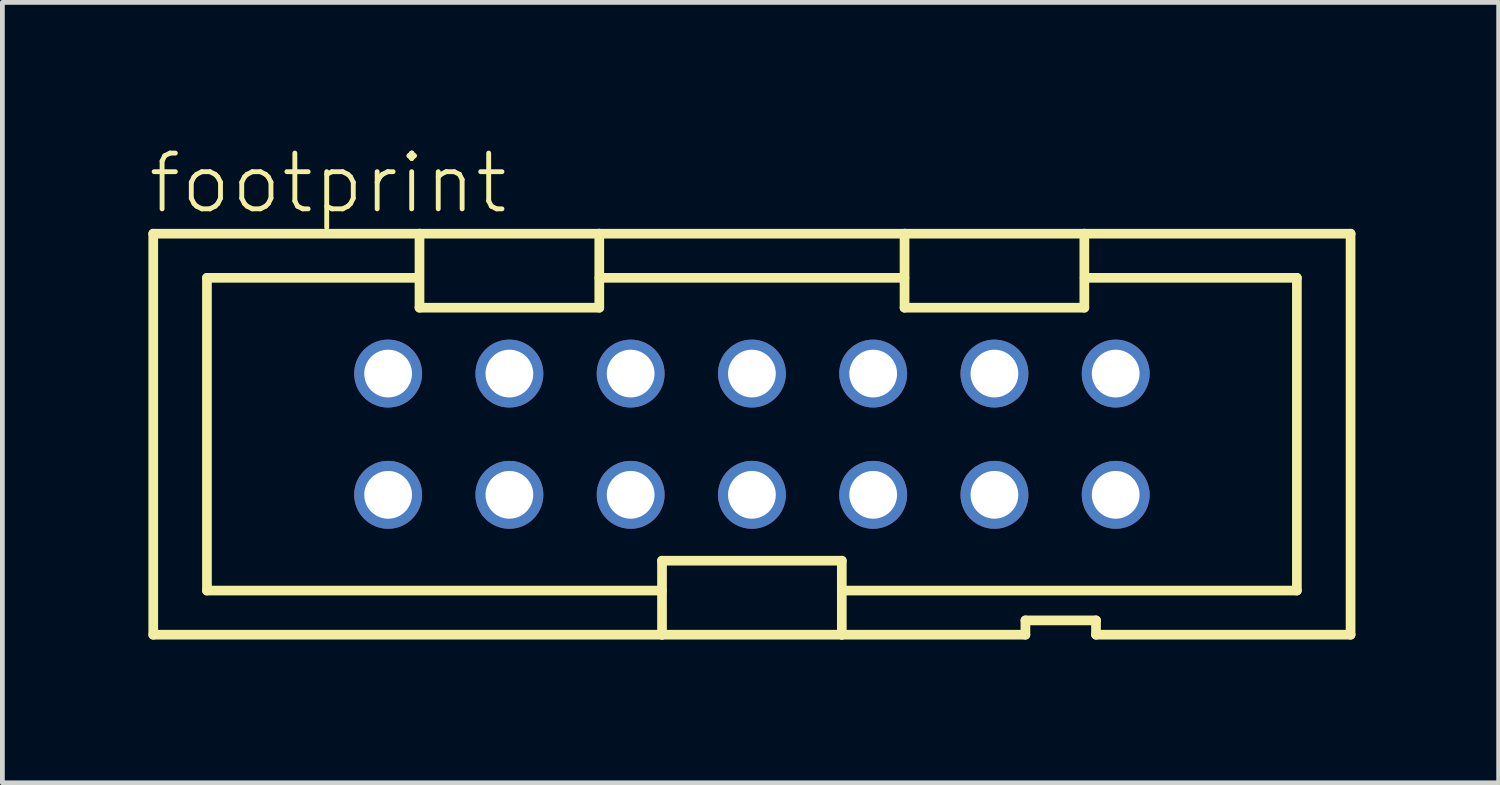
<source format=kicad_pcb>
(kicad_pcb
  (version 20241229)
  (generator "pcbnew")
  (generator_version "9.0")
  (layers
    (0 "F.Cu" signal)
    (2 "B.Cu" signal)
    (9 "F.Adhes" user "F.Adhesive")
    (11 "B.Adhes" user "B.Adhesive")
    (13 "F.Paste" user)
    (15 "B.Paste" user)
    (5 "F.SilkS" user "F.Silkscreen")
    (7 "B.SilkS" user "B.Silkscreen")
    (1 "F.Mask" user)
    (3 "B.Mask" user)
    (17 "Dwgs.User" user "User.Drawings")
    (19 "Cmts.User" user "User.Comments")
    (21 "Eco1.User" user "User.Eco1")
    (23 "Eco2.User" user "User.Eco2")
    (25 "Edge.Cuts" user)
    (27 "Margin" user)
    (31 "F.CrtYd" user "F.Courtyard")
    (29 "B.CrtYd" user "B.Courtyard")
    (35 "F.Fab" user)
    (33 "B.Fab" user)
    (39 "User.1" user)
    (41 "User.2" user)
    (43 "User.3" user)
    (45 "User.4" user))
  (footprint "footprint"
    (layer "F.Cu")
    (at 12.7 6.045)
    (property "Reference" "footprint" (at -12.7 -4.572 0) (layer "F.SilkS") (effects (font (size 1.168 1.168) (thickness 0.102)) (justify left bottom)))
    (fp_line (start -12.54 -4.2) (end -6.963 -4.2) (stroke (width 0.203) (type solid)) (layer "F.SilkS"))
    (fp_line (start -12.54 4.2) (end -12.54 -4.2) (stroke (width 0.203) (type solid)) (layer "F.SilkS"))
    (fp_line (start -11.415 -3.275) (end -6.97 -3.275) (stroke (width 0.203) (type solid)) (layer "F.SilkS"))
    (fp_line (start -11.415 3.275) (end -11.415 -3.275) (stroke (width 0.203) (type solid)) (layer "F.SilkS"))
    (fp_line (start -6.963 -4.2) (end -6.963 -2.65) (stroke (width 0.203) (type solid)) (layer "F.SilkS"))
    (fp_line (start -6.963 -4.2) (end -3.197 -4.2) (stroke (width 0.203) (type solid)) (layer "F.SilkS"))
    (fp_line (start -6.963 -2.65) (end -3.197 -2.65) (stroke (width 0.203) (type solid)) (layer "F.SilkS"))
    (fp_line (start -3.197 -4.2) (end 3.197 -4.2) (stroke (width 0.203) (type solid)) (layer "F.SilkS"))
    (fp_line (start -3.197 -2.65) (end -3.197 -4.2) (stroke (width 0.203) (type solid)) (layer "F.SilkS"))
    (fp_line (start -3.195 -3.275) (end 3.195 -3.275) (stroke (width 0.203) (type solid)) (layer "F.SilkS"))
    (fp_line (start -1.883 2.65) (end -1.883 4.2) (stroke (width 0.203) (type solid)) (layer "F.SilkS"))
    (fp_line (start -1.883 3.275) (end -11.415 3.275) (stroke (width 0.203) (type solid)) (layer "F.SilkS"))
    (fp_line (start -1.883 4.2) (end -12.54 4.2) (stroke (width 0.203) (type solid)) (layer "F.SilkS"))
    (fp_line (start 1.883 2.65) (end -1.883 2.65) (stroke (width 0.203) (type solid)) (layer "F.SilkS"))
    (fp_line (start 1.883 4.2) (end -1.883 4.2) (stroke (width 0.203) (type solid)) (layer "F.SilkS"))
    (fp_line (start 1.883 4.2) (end 1.883 2.65) (stroke (width 0.203) (type solid)) (layer "F.SilkS"))
    (fp_line (start 3.197 -4.2) (end 3.197 -2.65) (stroke (width 0.203) (type solid)) (layer "F.SilkS"))
    (fp_line (start 3.197 -4.2) (end 6.963 -4.2) (stroke (width 0.203) (type solid)) (layer "F.SilkS"))
    (fp_line (start 3.197 -2.65) (end 6.963 -2.65) (stroke (width 0.203) (type solid)) (layer "F.SilkS"))
    (fp_line (start 5.729 3.9) (end 5.729 4.2) (stroke (width 0.203) (type solid)) (layer "F.SilkS"))
    (fp_line (start 5.729 4.2) (end 1.883 4.2) (stroke (width 0.203) (type solid)) (layer "F.SilkS"))
    (fp_line (start 6.963 -4.2) (end 12.54 -4.2) (stroke (width 0.203) (type solid)) (layer "F.SilkS"))
    (fp_line (start 6.963 -2.65) (end 6.963 -4.2) (stroke (width 0.203) (type solid)) (layer "F.SilkS"))
    (fp_line (start 6.97 -3.275) (end 11.415 -3.275) (stroke (width 0.203) (type solid)) (layer "F.SilkS"))
    (fp_line (start 7.208 3.9) (end 5.729 3.9) (stroke (width 0.203) (type solid)) (layer "F.SilkS"))
    (fp_line (start 7.208 4.2) (end 7.208 3.9) (stroke (width 0.203) (type solid)) (layer "F.SilkS"))
    (fp_line (start 11.415 -3.275) (end 11.415 3.275) (stroke (width 0.203) (type solid)) (layer "F.SilkS"))
    (fp_line (start 11.415 3.275) (end 1.883 3.275) (stroke (width 0.203) (type solid)) (layer "F.SilkS"))
    (fp_line (start 12.54 -4.2) (end 12.54 4.2) (stroke (width 0.203) (type solid)) (layer "F.SilkS"))
    (fp_line (start 12.54 4.2) (end 7.208 4.2) (stroke (width 0.203) (type solid)) (layer "F.SilkS"))
    (pad "1" thru_hole circle (at -7.62 1.27) (size 1.422 1.422) (drill 1) (layers "*.Cu" "*.Mask"))
    (pad "2" thru_hole circle (at -7.62 -1.27) (size 1.422 1.422) (drill 1) (layers "*.Cu" "*.Mask"))
    (pad "3" thru_hole circle (at -5.08 1.27) (size 1.422 1.422) (drill 1) (layers "*.Cu" "*.Mask"))
    (pad "4" thru_hole circle (at -5.08 -1.27) (size 1.422 1.422) (drill 1) (layers "*.Cu" "*.Mask"))
    (pad "5" thru_hole circle (at -2.54 1.27) (size 1.422 1.422) (drill 1) (layers "*.Cu" "*.Mask"))
    (pad "6" thru_hole circle (at -2.54 -1.27) (size 1.422 1.422) (drill 1) (layers "*.Cu" "*.Mask"))
    (pad "7" thru_hole circle (at 0 1.27) (size 1.422 1.422) (drill 1) (layers "*.Cu" "*.Mask"))
    (pad "8" thru_hole circle (at 0 -1.27) (size 1.422 1.422) (drill 1) (layers "*.Cu" "*.Mask"))
    (pad "9" thru_hole circle (at 2.54 1.27) (size 1.422 1.422) (drill 1) (layers "*.Cu" "*.Mask"))
    (pad "10" thru_hole circle (at 2.54 -1.27) (size 1.422 1.422) (drill 1) (layers "*.Cu" "*.Mask"))
    (pad "11" thru_hole circle (at 5.08 1.27) (size 1.422 1.422) (drill 1) (layers "*.Cu" "*.Mask"))
    (pad "12" thru_hole circle (at 5.08 -1.27) (size 1.422 1.422) (drill 1) (layers "*.Cu" "*.Mask"))
    (pad "13" thru_hole circle (at 7.62 1.27) (size 1.422 1.422) (drill 1) (layers "*.Cu" "*.Mask"))
    (pad "14" thru_hole circle (at 7.62 -1.27) (size 1.422 1.422) (drill 1) (layers "*.Cu" "*.Mask")))
  (gr_rect
    (start -3 -3)
    (end 28.342 13.347)
    (stroke (width 0.1) (type default))
    (fill no)
    (layer "Edge.Cuts")))
</source>
